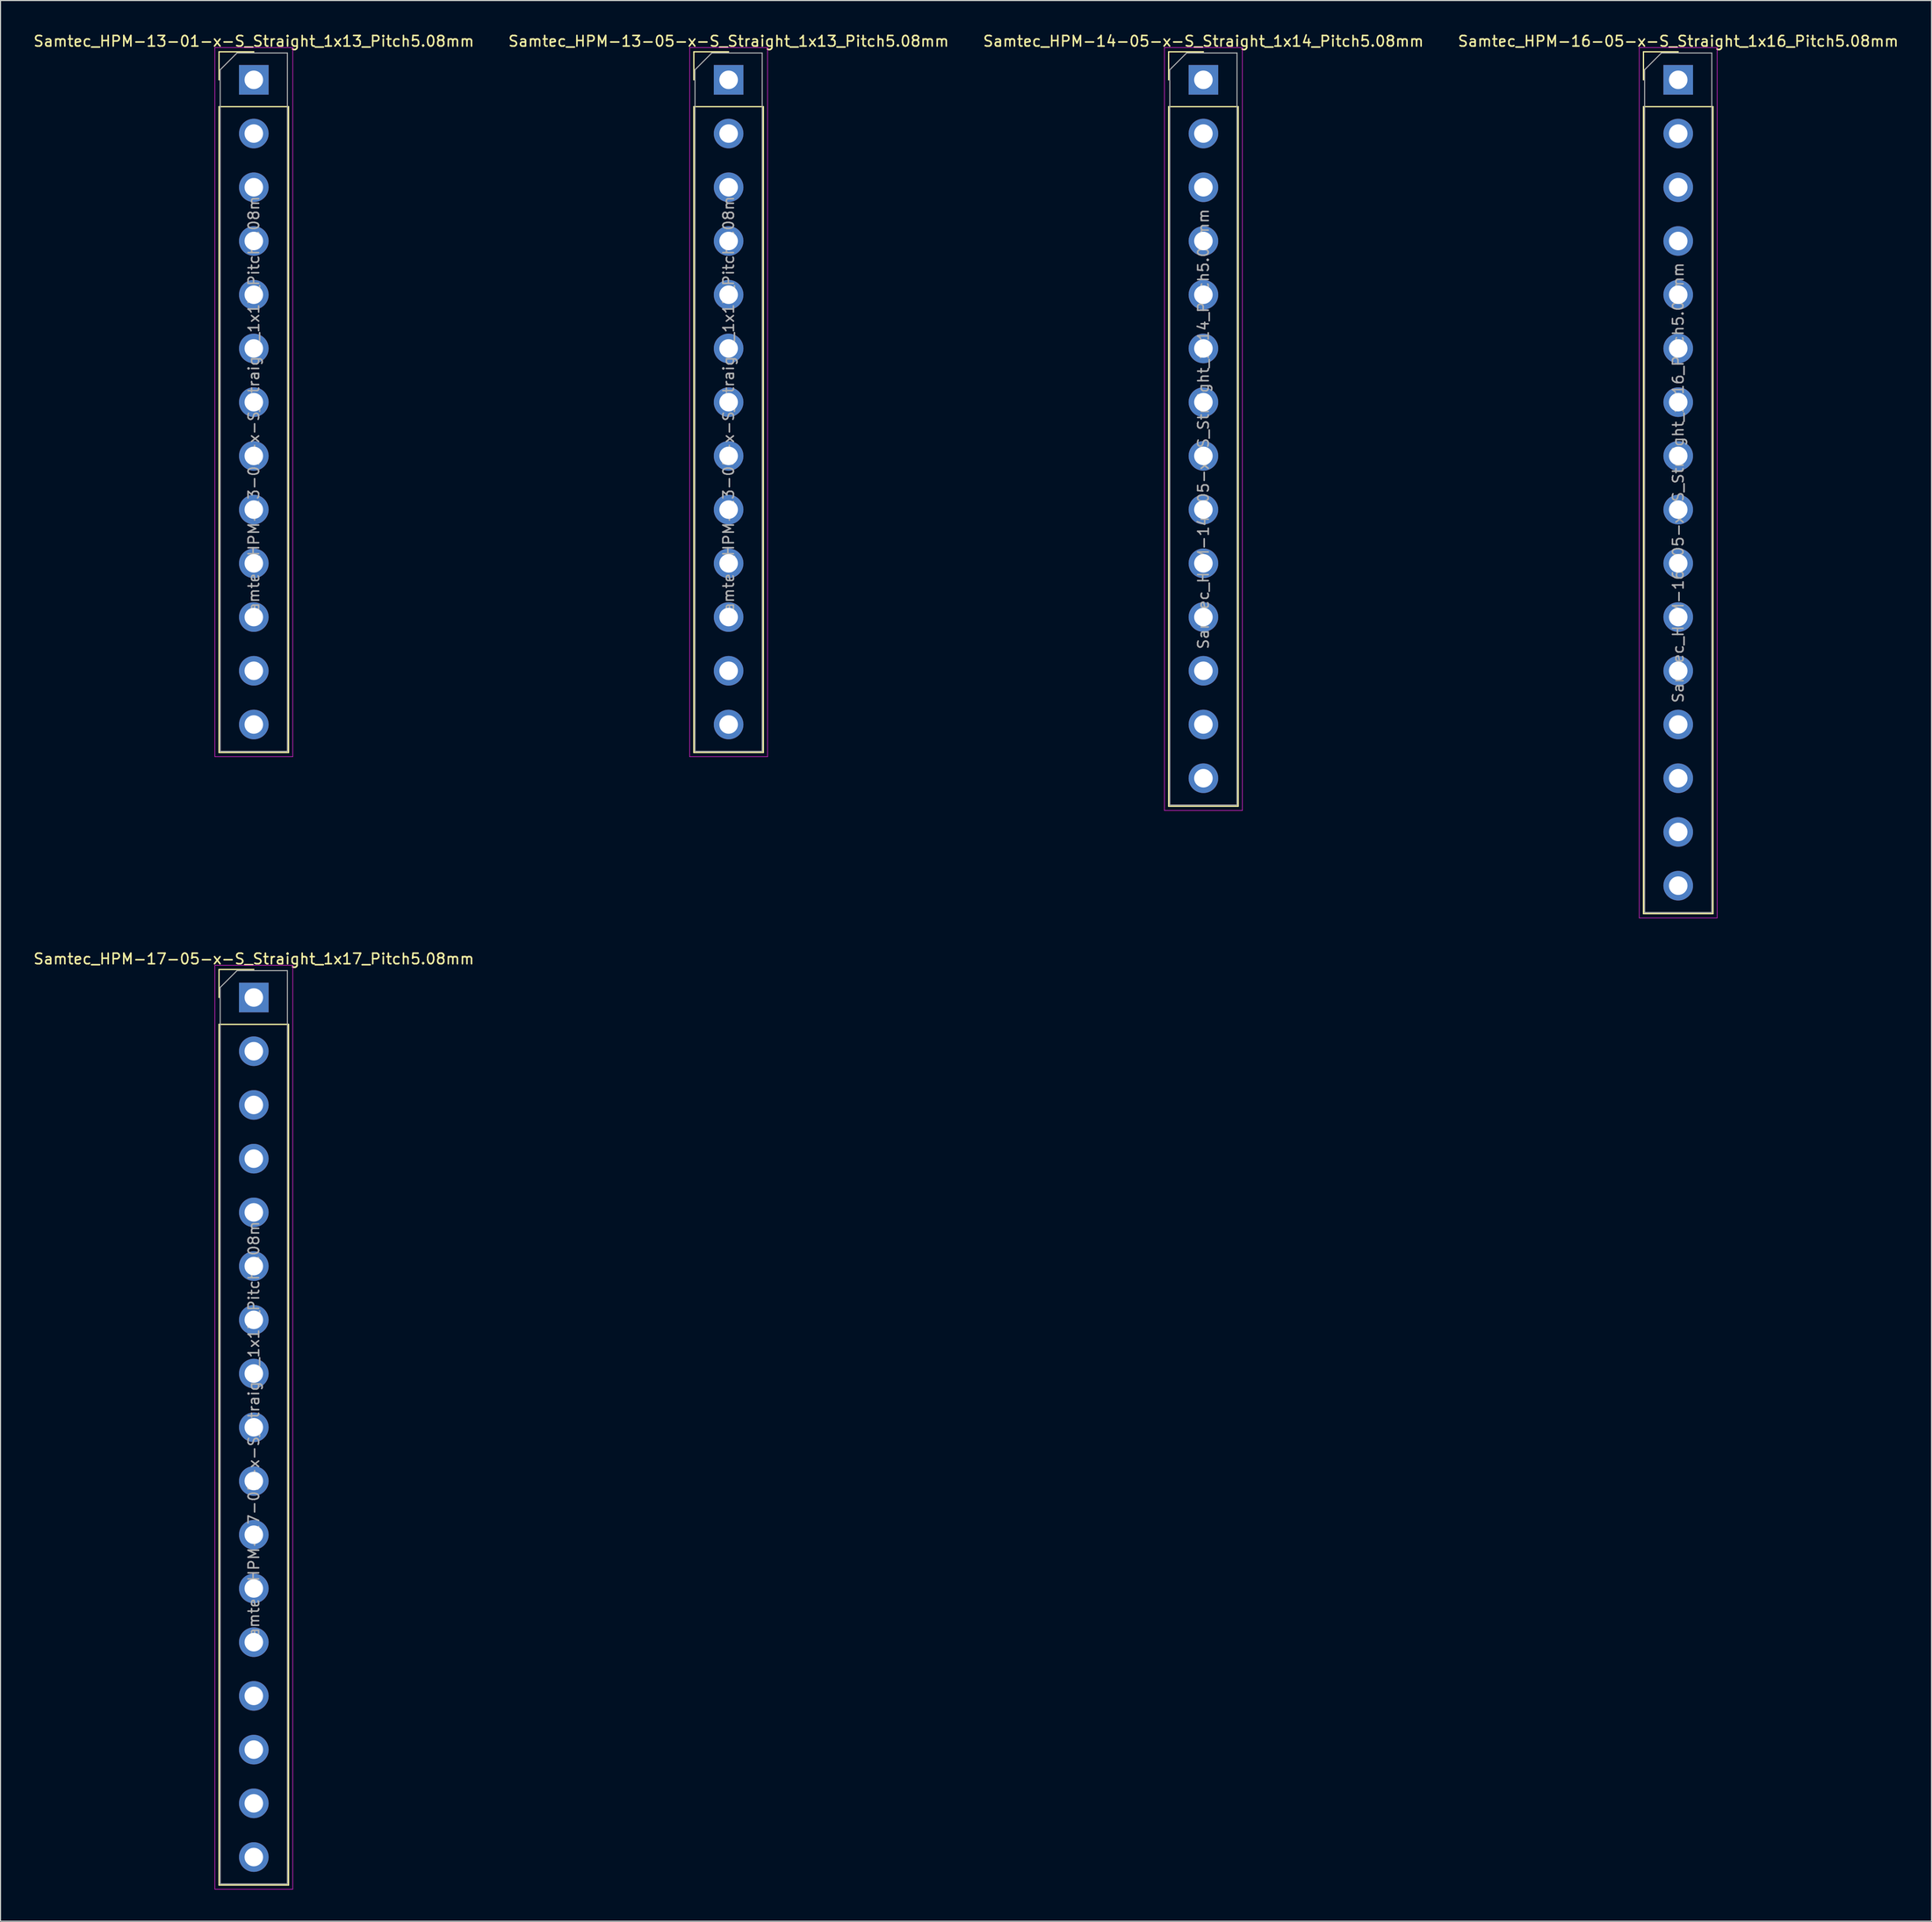
<source format=kicad_pcb>
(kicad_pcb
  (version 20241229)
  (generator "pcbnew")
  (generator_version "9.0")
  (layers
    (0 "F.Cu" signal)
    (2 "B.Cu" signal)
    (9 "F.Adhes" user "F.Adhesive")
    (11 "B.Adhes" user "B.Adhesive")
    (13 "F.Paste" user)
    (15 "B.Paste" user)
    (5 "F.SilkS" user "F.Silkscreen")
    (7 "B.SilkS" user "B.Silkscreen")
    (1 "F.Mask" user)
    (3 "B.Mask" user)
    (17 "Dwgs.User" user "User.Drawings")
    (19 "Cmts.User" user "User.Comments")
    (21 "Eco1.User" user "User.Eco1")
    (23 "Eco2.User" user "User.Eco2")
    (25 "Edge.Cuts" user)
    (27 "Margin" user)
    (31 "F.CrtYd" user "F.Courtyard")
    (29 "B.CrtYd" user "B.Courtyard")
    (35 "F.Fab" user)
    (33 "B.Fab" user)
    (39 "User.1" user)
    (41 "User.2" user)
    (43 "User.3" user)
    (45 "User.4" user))
  (footprint "Samtec_HPM-17-05-x-S_Straight_1x17_Pitch5.08mm"
    (layer "F.Cu")
    (at 20.935 91.272)
    (property "Reference" "Samtec_HPM-17-05-x-S_Straight_1x17_Pitch5.08mm" (at 0 -3.65 0) (layer "F.SilkS") (effects (font (size 1 1) (thickness 0.15))))
    (attr through_hole)
    (fp_line (start -3.285 -2.65) (end 0 -2.65) (stroke (width 0.12) (type solid)) (layer "F.SilkS"))
    (fp_line (start -3.285 0) (end -3.285 -2.65) (stroke (width 0.12) (type solid)) (layer "F.SilkS"))
    (fp_line (start -3.285 2.54) (end -3.285 83.93) (stroke (width 0.12) (type solid)) (layer "F.SilkS"))
    (fp_line (start -3.285 2.54) (end 3.285 2.54) (stroke (width 0.12) (type solid)) (layer "F.SilkS"))
    (fp_line (start -3.285 83.93) (end 3.285 83.93) (stroke (width 0.12) (type solid)) (layer "F.SilkS"))
    (fp_line (start 3.285 2.54) (end 3.285 83.93) (stroke (width 0.12) (type solid)) (layer "F.SilkS"))
    (fp_line (start -3.68 -3.05) (end -3.68 84.32) (stroke (width 0.05) (type solid)) (layer "F.CrtYd"))
    (fp_line (start -3.68 84.32) (end 3.68 84.32) (stroke (width 0.05) (type solid)) (layer "F.CrtYd"))
    (fp_line (start 3.68 -3.05) (end -3.68 -3.05) (stroke (width 0.05) (type solid)) (layer "F.CrtYd"))
    (fp_line (start 3.68 84.32) (end 3.68 -3.05) (stroke (width 0.05) (type solid)) (layer "F.CrtYd"))
    (fp_line (start -3.175 -0.953) (end -1.587 -2.54) (stroke (width 0.1) (type solid)) (layer "F.Fab"))
    (fp_line (start -3.175 83.82) (end -3.175 -0.953) (stroke (width 0.1) (type solid)) (layer "F.Fab"))
    (fp_line (start -1.587 -2.54) (end 3.175 -2.54) (stroke (width 0.1) (type solid)) (layer "F.Fab"))
    (fp_line (start 3.175 -2.54) (end 3.175 83.82) (stroke (width 0.1) (type solid)) (layer "F.Fab"))
    (fp_line (start 3.175 83.82) (end -3.175 83.82) (stroke (width 0.1) (type solid)) (layer "F.Fab"))
    (fp_text user "${REFERENCE}" (at 0 40.64 90) (layer "F.Fab") (effects (font (size 1 1) (thickness 0.15))))
    (pad "1" thru_hole rect (at 0 0) (size 2.8 2.8) (drill 1.75) (layers "*.Cu" "*.Mask"))
    (pad "2" thru_hole circle (at 0 5.08) (size 2.8 2.8) (drill 1.75) (layers "*.Cu" "*.Mask"))
    (pad "3" thru_hole circle (at 0 10.16) (size 2.8 2.8) (drill 1.75) (layers "*.Cu" "*.Mask"))
    (pad "4" thru_hole circle (at 0 15.24) (size 2.8 2.8) (drill 1.75) (layers "*.Cu" "*.Mask"))
    (pad "5" thru_hole circle (at 0 20.32) (size 2.8 2.8) (drill 1.75) (layers "*.Cu" "*.Mask"))
    (pad "6" thru_hole circle (at 0 25.4) (size 2.8 2.8) (drill 1.75) (layers "*.Cu" "*.Mask"))
    (pad "7" thru_hole circle (at 0 30.48) (size 2.8 2.8) (drill 1.75) (layers "*.Cu" "*.Mask"))
    (pad "8" thru_hole circle (at 0 35.56) (size 2.8 2.8) (drill 1.75) (layers "*.Cu" "*.Mask"))
    (pad "9" thru_hole circle (at 0 40.64) (size 2.8 2.8) (drill 1.75) (layers "*.Cu" "*.Mask"))
    (pad "10" thru_hole circle (at 0 45.72) (size 2.8 2.8) (drill 1.75) (layers "*.Cu" "*.Mask"))
    (pad "11" thru_hole circle (at 0 50.8) (size 2.8 2.8) (drill 1.75) (layers "*.Cu" "*.Mask"))
    (pad "12" thru_hole circle (at 0 55.88) (size 2.8 2.8) (drill 1.75) (layers "*.Cu" "*.Mask"))
    (pad "13" thru_hole circle (at 0 60.96) (size 2.8 2.8) (drill 1.75) (layers "*.Cu" "*.Mask"))
    (pad "14" thru_hole circle (at 0 66.04) (size 2.8 2.8) (drill 1.75) (layers "*.Cu" "*.Mask"))
    (pad "15" thru_hole circle (at 0 71.12) (size 2.8 2.8) (drill 1.75) (layers "*.Cu" "*.Mask"))
    (pad "16" thru_hole circle (at 0 76.2) (size 2.8 2.8) (drill 1.75) (layers "*.Cu" "*.Mask"))
    (pad "17" thru_hole circle (at 0 81.28) (size 2.8 2.8) (drill 1.75) (layers "*.Cu" "*.Mask")))
  (footprint "Samtec_HPM-13-01-x-S_Straight_1x13_Pitch5.08mm"
    (layer "F.Cu")
    (at 20.935 4.498)
    (property "Reference" "Samtec_HPM-13-01-x-S_Straight_1x13_Pitch5.08mm" (at 0 -3.65 0) (layer "F.SilkS") (effects (font (size 1 1) (thickness 0.15))))
    (attr through_hole)
    (fp_line (start -3.285 -2.65) (end 0 -2.65) (stroke (width 0.12) (type solid)) (layer "F.SilkS"))
    (fp_line (start -3.285 0) (end -3.285 -2.65) (stroke (width 0.12) (type solid)) (layer "F.SilkS"))
    (fp_line (start -3.285 2.54) (end -3.285 63.61) (stroke (width 0.12) (type solid)) (layer "F.SilkS"))
    (fp_line (start -3.285 2.54) (end 3.285 2.54) (stroke (width 0.12) (type solid)) (layer "F.SilkS"))
    (fp_line (start -3.285 63.61) (end 3.285 63.61) (stroke (width 0.12) (type solid)) (layer "F.SilkS"))
    (fp_line (start 3.285 2.54) (end 3.285 63.61) (stroke (width 0.12) (type solid)) (layer "F.SilkS"))
    (fp_line (start -3.68 -3.05) (end -3.68 64) (stroke (width 0.05) (type solid)) (layer "F.CrtYd"))
    (fp_line (start -3.68 64) (end 3.68 64) (stroke (width 0.05) (type solid)) (layer "F.CrtYd"))
    (fp_line (start 3.68 -3.05) (end -3.68 -3.05) (stroke (width 0.05) (type solid)) (layer "F.CrtYd"))
    (fp_line (start 3.68 64) (end 3.68 -3.05) (stroke (width 0.05) (type solid)) (layer "F.CrtYd"))
    (fp_line (start -3.175 -0.953) (end -1.587 -2.54) (stroke (width 0.1) (type solid)) (layer "F.Fab"))
    (fp_line (start -3.175 63.5) (end -3.175 -0.953) (stroke (width 0.1) (type solid)) (layer "F.Fab"))
    (fp_line (start -1.587 -2.54) (end 3.175 -2.54) (stroke (width 0.1) (type solid)) (layer "F.Fab"))
    (fp_line (start 3.175 -2.54) (end 3.175 63.5) (stroke (width 0.1) (type solid)) (layer "F.Fab"))
    (fp_line (start 3.175 63.5) (end -3.175 63.5) (stroke (width 0.1) (type solid)) (layer "F.Fab"))
    (fp_text user "${REFERENCE}" (at 0 30.48 90) (layer "F.Fab") (effects (font (size 1 1) (thickness 0.15))))
    (pad "1" thru_hole rect (at 0 0) (size 2.8 2.8) (drill 1.75) (layers "*.Cu" "*.Mask"))
    (pad "2" thru_hole circle (at 0 5.08) (size 2.8 2.8) (drill 1.75) (layers "*.Cu" "*.Mask"))
    (pad "3" thru_hole circle (at 0 10.16) (size 2.8 2.8) (drill 1.75) (layers "*.Cu" "*.Mask"))
    (pad "4" thru_hole circle (at 0 15.24) (size 2.8 2.8) (drill 1.75) (layers "*.Cu" "*.Mask"))
    (pad "5" thru_hole circle (at 0 20.32) (size 2.8 2.8) (drill 1.75) (layers "*.Cu" "*.Mask"))
    (pad "6" thru_hole circle (at 0 25.4) (size 2.8 2.8) (drill 1.75) (layers "*.Cu" "*.Mask"))
    (pad "7" thru_hole circle (at 0 30.48) (size 2.8 2.8) (drill 1.75) (layers "*.Cu" "*.Mask"))
    (pad "8" thru_hole circle (at 0 35.56) (size 2.8 2.8) (drill 1.75) (layers "*.Cu" "*.Mask"))
    (pad "9" thru_hole circle (at 0 40.64) (size 2.8 2.8) (drill 1.75) (layers "*.Cu" "*.Mask"))
    (pad "10" thru_hole circle (at 0 45.72) (size 2.8 2.8) (drill 1.75) (layers "*.Cu" "*.Mask"))
    (pad "11" thru_hole circle (at 0 50.8) (size 2.8 2.8) (drill 1.75) (layers "*.Cu" "*.Mask"))
    (pad "12" thru_hole circle (at 0 55.88) (size 2.8 2.8) (drill 1.75) (layers "*.Cu" "*.Mask"))
    (pad "13" thru_hole circle (at 0 60.96) (size 2.8 2.8) (drill 1.75) (layers "*.Cu" "*.Mask")))
  (footprint "Samtec_HPM-13-05-x-S_Straight_1x13_Pitch5.08mm"
    (layer "F.Cu")
    (at 65.804 4.498)
    (property "Reference" "Samtec_HPM-13-05-x-S_Straight_1x13_Pitch5.08mm" (at 0 -3.65 0) (layer "F.SilkS") (effects (font (size 1 1) (thickness 0.15))))
    (attr through_hole)
    (fp_line (start -3.285 -2.65) (end 0 -2.65) (stroke (width 0.12) (type solid)) (layer "F.SilkS"))
    (fp_line (start -3.285 0) (end -3.285 -2.65) (stroke (width 0.12) (type solid)) (layer "F.SilkS"))
    (fp_line (start -3.285 2.54) (end -3.285 63.61) (stroke (width 0.12) (type solid)) (layer "F.SilkS"))
    (fp_line (start -3.285 2.54) (end 3.285 2.54) (stroke (width 0.12) (type solid)) (layer "F.SilkS"))
    (fp_line (start -3.285 63.61) (end 3.285 63.61) (stroke (width 0.12) (type solid)) (layer "F.SilkS"))
    (fp_line (start 3.285 2.54) (end 3.285 63.61) (stroke (width 0.12) (type solid)) (layer "F.SilkS"))
    (fp_line (start -3.68 -3.05) (end -3.68 64) (stroke (width 0.05) (type solid)) (layer "F.CrtYd"))
    (fp_line (start -3.68 64) (end 3.68 64) (stroke (width 0.05) (type solid)) (layer "F.CrtYd"))
    (fp_line (start 3.68 -3.05) (end -3.68 -3.05) (stroke (width 0.05) (type solid)) (layer "F.CrtYd"))
    (fp_line (start 3.68 64) (end 3.68 -3.05) (stroke (width 0.05) (type solid)) (layer "F.CrtYd"))
    (fp_line (start -3.175 -0.953) (end -1.587 -2.54) (stroke (width 0.1) (type solid)) (layer "F.Fab"))
    (fp_line (start -3.175 63.5) (end -3.175 -0.953) (stroke (width 0.1) (type solid)) (layer "F.Fab"))
    (fp_line (start -1.587 -2.54) (end 3.175 -2.54) (stroke (width 0.1) (type solid)) (layer "F.Fab"))
    (fp_line (start 3.175 -2.54) (end 3.175 63.5) (stroke (width 0.1) (type solid)) (layer "F.Fab"))
    (fp_line (start 3.175 63.5) (end -3.175 63.5) (stroke (width 0.1) (type solid)) (layer "F.Fab"))
    (fp_text user "${REFERENCE}" (at 0 30.48 90) (layer "F.Fab") (effects (font (size 1 1) (thickness 0.15))))
    (pad "1" thru_hole rect (at 0 0) (size 2.8 2.8) (drill 1.75) (layers "*.Cu" "*.Mask"))
    (pad "2" thru_hole circle (at 0 5.08) (size 2.8 2.8) (drill 1.75) (layers "*.Cu" "*.Mask"))
    (pad "3" thru_hole circle (at 0 10.16) (size 2.8 2.8) (drill 1.75) (layers "*.Cu" "*.Mask"))
    (pad "4" thru_hole circle (at 0 15.24) (size 2.8 2.8) (drill 1.75) (layers "*.Cu" "*.Mask"))
    (pad "5" thru_hole circle (at 0 20.32) (size 2.8 2.8) (drill 1.75) (layers "*.Cu" "*.Mask"))
    (pad "6" thru_hole circle (at 0 25.4) (size 2.8 2.8) (drill 1.75) (layers "*.Cu" "*.Mask"))
    (pad "7" thru_hole circle (at 0 30.48) (size 2.8 2.8) (drill 1.75) (layers "*.Cu" "*.Mask"))
    (pad "8" thru_hole circle (at 0 35.56) (size 2.8 2.8) (drill 1.75) (layers "*.Cu" "*.Mask"))
    (pad "9" thru_hole circle (at 0 40.64) (size 2.8 2.8) (drill 1.75) (layers "*.Cu" "*.Mask"))
    (pad "10" thru_hole circle (at 0 45.72) (size 2.8 2.8) (drill 1.75) (layers "*.Cu" "*.Mask"))
    (pad "11" thru_hole circle (at 0 50.8) (size 2.8 2.8) (drill 1.75) (layers "*.Cu" "*.Mask"))
    (pad "12" thru_hole circle (at 0 55.88) (size 2.8 2.8) (drill 1.75) (layers "*.Cu" "*.Mask"))
    (pad "13" thru_hole circle (at 0 60.96) (size 2.8 2.8) (drill 1.75) (layers "*.Cu" "*.Mask")))
  (footprint "Samtec_HPM-14-05-x-S_Straight_1x14_Pitch5.08mm"
    (layer "F.Cu")
    (at 110.673 4.498)
    (property "Reference" "Samtec_HPM-14-05-x-S_Straight_1x14_Pitch5.08mm" (at 0 -3.65 0) (layer "F.SilkS") (effects (font (size 1 1) (thickness 0.15))))
    (attr through_hole)
    (fp_line (start -3.285 -2.65) (end 0 -2.65) (stroke (width 0.12) (type solid)) (layer "F.SilkS"))
    (fp_line (start -3.285 0) (end -3.285 -2.65) (stroke (width 0.12) (type solid)) (layer "F.SilkS"))
    (fp_line (start -3.285 2.54) (end -3.285 68.69) (stroke (width 0.12) (type solid)) (layer "F.SilkS"))
    (fp_line (start -3.285 2.54) (end 3.285 2.54) (stroke (width 0.12) (type solid)) (layer "F.SilkS"))
    (fp_line (start -3.285 68.69) (end 3.285 68.69) (stroke (width 0.12) (type solid)) (layer "F.SilkS"))
    (fp_line (start 3.285 2.54) (end 3.285 68.69) (stroke (width 0.12) (type solid)) (layer "F.SilkS"))
    (fp_line (start -3.68 -3.05) (end -3.68 69.09) (stroke (width 0.05) (type solid)) (layer "F.CrtYd"))
    (fp_line (start -3.68 69.09) (end 3.68 69.09) (stroke (width 0.05) (type solid)) (layer "F.CrtYd"))
    (fp_line (start 3.68 -3.05) (end -3.68 -3.05) (stroke (width 0.05) (type solid)) (layer "F.CrtYd"))
    (fp_line (start 3.68 69.09) (end 3.68 -3.05) (stroke (width 0.05) (type solid)) (layer "F.CrtYd"))
    (fp_line (start -3.175 -0.953) (end -1.587 -2.54) (stroke (width 0.1) (type solid)) (layer "F.Fab"))
    (fp_line (start -3.175 68.58) (end -3.175 -0.953) (stroke (width 0.1) (type solid)) (layer "F.Fab"))
    (fp_line (start -1.587 -2.54) (end 3.175 -2.54) (stroke (width 0.1) (type solid)) (layer "F.Fab"))
    (fp_line (start 3.175 -2.54) (end 3.175 68.58) (stroke (width 0.1) (type solid)) (layer "F.Fab"))
    (fp_line (start 3.175 68.58) (end -3.175 68.58) (stroke (width 0.1) (type solid)) (layer "F.Fab"))
    (fp_text user "${REFERENCE}" (at 0 33.02 90) (layer "F.Fab") (effects (font (size 1 1) (thickness 0.15))))
    (pad "1" thru_hole rect (at 0 0) (size 2.8 2.8) (drill 1.75) (layers "*.Cu" "*.Mask"))
    (pad "2" thru_hole circle (at 0 5.08) (size 2.8 2.8) (drill 1.75) (layers "*.Cu" "*.Mask"))
    (pad "3" thru_hole circle (at 0 10.16) (size 2.8 2.8) (drill 1.75) (layers "*.Cu" "*.Mask"))
    (pad "4" thru_hole circle (at 0 15.24) (size 2.8 2.8) (drill 1.75) (layers "*.Cu" "*.Mask"))
    (pad "5" thru_hole circle (at 0 20.32) (size 2.8 2.8) (drill 1.75) (layers "*.Cu" "*.Mask"))
    (pad "6" thru_hole circle (at 0 25.4) (size 2.8 2.8) (drill 1.75) (layers "*.Cu" "*.Mask"))
    (pad "7" thru_hole circle (at 0 30.48) (size 2.8 2.8) (drill 1.75) (layers "*.Cu" "*.Mask"))
    (pad "8" thru_hole circle (at 0 35.56) (size 2.8 2.8) (drill 1.75) (layers "*.Cu" "*.Mask"))
    (pad "9" thru_hole circle (at 0 40.64) (size 2.8 2.8) (drill 1.75) (layers "*.Cu" "*.Mask"))
    (pad "10" thru_hole circle (at 0 45.72) (size 2.8 2.8) (drill 1.75) (layers "*.Cu" "*.Mask"))
    (pad "11" thru_hole circle (at 0 50.8) (size 2.8 2.8) (drill 1.75) (layers "*.Cu" "*.Mask"))
    (pad "12" thru_hole circle (at 0 55.88) (size 2.8 2.8) (drill 1.75) (layers "*.Cu" "*.Mask"))
    (pad "13" thru_hole circle (at 0 60.96) (size 2.8 2.8) (drill 1.75) (layers "*.Cu" "*.Mask"))
    (pad "14" thru_hole circle (at 0 66.04) (size 2.8 2.8) (drill 1.75) (layers "*.Cu" "*.Mask")))
  (footprint "Samtec_HPM-16-05-x-S_Straight_1x16_Pitch5.08mm"
    (layer "F.Cu")
    (at 155.542 4.498)
    (property "Reference" "Samtec_HPM-16-05-x-S_Straight_1x16_Pitch5.08mm" (at 0 -3.65 0) (layer "F.SilkS") (effects (font (size 1 1) (thickness 0.15))))
    (attr through_hole)
    (fp_line (start -3.285 -2.65) (end 0 -2.65) (stroke (width 0.12) (type solid)) (layer "F.SilkS"))
    (fp_line (start -3.285 0) (end -3.285 -2.65) (stroke (width 0.12) (type solid)) (layer "F.SilkS"))
    (fp_line (start -3.285 2.54) (end -3.285 78.85) (stroke (width 0.12) (type solid)) (layer "F.SilkS"))
    (fp_line (start -3.285 2.54) (end 3.285 2.54) (stroke (width 0.12) (type solid)) (layer "F.SilkS"))
    (fp_line (start -3.285 78.85) (end 3.285 78.85) (stroke (width 0.12) (type solid)) (layer "F.SilkS"))
    (fp_line (start 3.285 2.54) (end 3.285 78.85) (stroke (width 0.12) (type solid)) (layer "F.SilkS"))
    (fp_line (start -3.68 -3.05) (end -3.68 79.25) (stroke (width 0.05) (type solid)) (layer "F.CrtYd"))
    (fp_line (start -3.68 79.25) (end 3.68 79.25) (stroke (width 0.05) (type solid)) (layer "F.CrtYd"))
    (fp_line (start 3.68 -3.05) (end -3.68 -3.05) (stroke (width 0.05) (type solid)) (layer "F.CrtYd"))
    (fp_line (start 3.68 79.25) (end 3.68 -3.05) (stroke (width 0.05) (type solid)) (layer "F.CrtYd"))
    (fp_line (start -3.175 -0.953) (end -1.587 -2.54) (stroke (width 0.1) (type solid)) (layer "F.Fab"))
    (fp_line (start -3.175 78.74) (end -3.175 -0.953) (stroke (width 0.1) (type solid)) (layer "F.Fab"))
    (fp_line (start -1.587 -2.54) (end 3.175 -2.54) (stroke (width 0.1) (type solid)) (layer "F.Fab"))
    (fp_line (start 3.175 -2.54) (end 3.175 78.74) (stroke (width 0.1) (type solid)) (layer "F.Fab"))
    (fp_line (start 3.175 78.74) (end -3.175 78.74) (stroke (width 0.1) (type solid)) (layer "F.Fab"))
    (fp_text user "${REFERENCE}" (at 0 38.1 90) (layer "F.Fab") (effects (font (size 1 1) (thickness 0.15))))
    (pad "1" thru_hole rect (at 0 0) (size 2.8 2.8) (drill 1.75) (layers "*.Cu" "*.Mask"))
    (pad "2" thru_hole circle (at 0 5.08) (size 2.8 2.8) (drill 1.75) (layers "*.Cu" "*.Mask"))
    (pad "3" thru_hole circle (at 0 10.16) (size 2.8 2.8) (drill 1.75) (layers "*.Cu" "*.Mask"))
    (pad "4" thru_hole circle (at 0 15.24) (size 2.8 2.8) (drill 1.75) (layers "*.Cu" "*.Mask"))
    (pad "5" thru_hole circle (at 0 20.32) (size 2.8 2.8) (drill 1.75) (layers "*.Cu" "*.Mask"))
    (pad "6" thru_hole circle (at 0 25.4) (size 2.8 2.8) (drill 1.75) (layers "*.Cu" "*.Mask"))
    (pad "7" thru_hole circle (at 0 30.48) (size 2.8 2.8) (drill 1.75) (layers "*.Cu" "*.Mask"))
    (pad "8" thru_hole circle (at 0 35.56) (size 2.8 2.8) (drill 1.75) (layers "*.Cu" "*.Mask"))
    (pad "9" thru_hole circle (at 0 40.64) (size 2.8 2.8) (drill 1.75) (layers "*.Cu" "*.Mask"))
    (pad "10" thru_hole circle (at 0 45.72) (size 2.8 2.8) (drill 1.75) (layers "*.Cu" "*.Mask"))
    (pad "11" thru_hole circle (at 0 50.8) (size 2.8 2.8) (drill 1.75) (layers "*.Cu" "*.Mask"))
    (pad "12" thru_hole circle (at 0 55.88) (size 2.8 2.8) (drill 1.75) (layers "*.Cu" "*.Mask"))
    (pad "13" thru_hole circle (at 0 60.96) (size 2.8 2.8) (drill 1.75) (layers "*.Cu" "*.Mask"))
    (pad "14" thru_hole circle (at 0 66.04) (size 2.8 2.8) (drill 1.75) (layers "*.Cu" "*.Mask"))
    (pad "15" thru_hole circle (at 0 71.12) (size 2.8 2.8) (drill 1.75) (layers "*.Cu" "*.Mask"))
    (pad "16" thru_hole circle (at 0 76.2) (size 2.8 2.8) (drill 1.75) (layers "*.Cu" "*.Mask")))
  (gr_rect
    (start -3 -3)
    (end 179.476 178.617)
    (stroke (width 0.1) (type default))
    (fill no)
    (layer "Edge.Cuts")))
</source>
